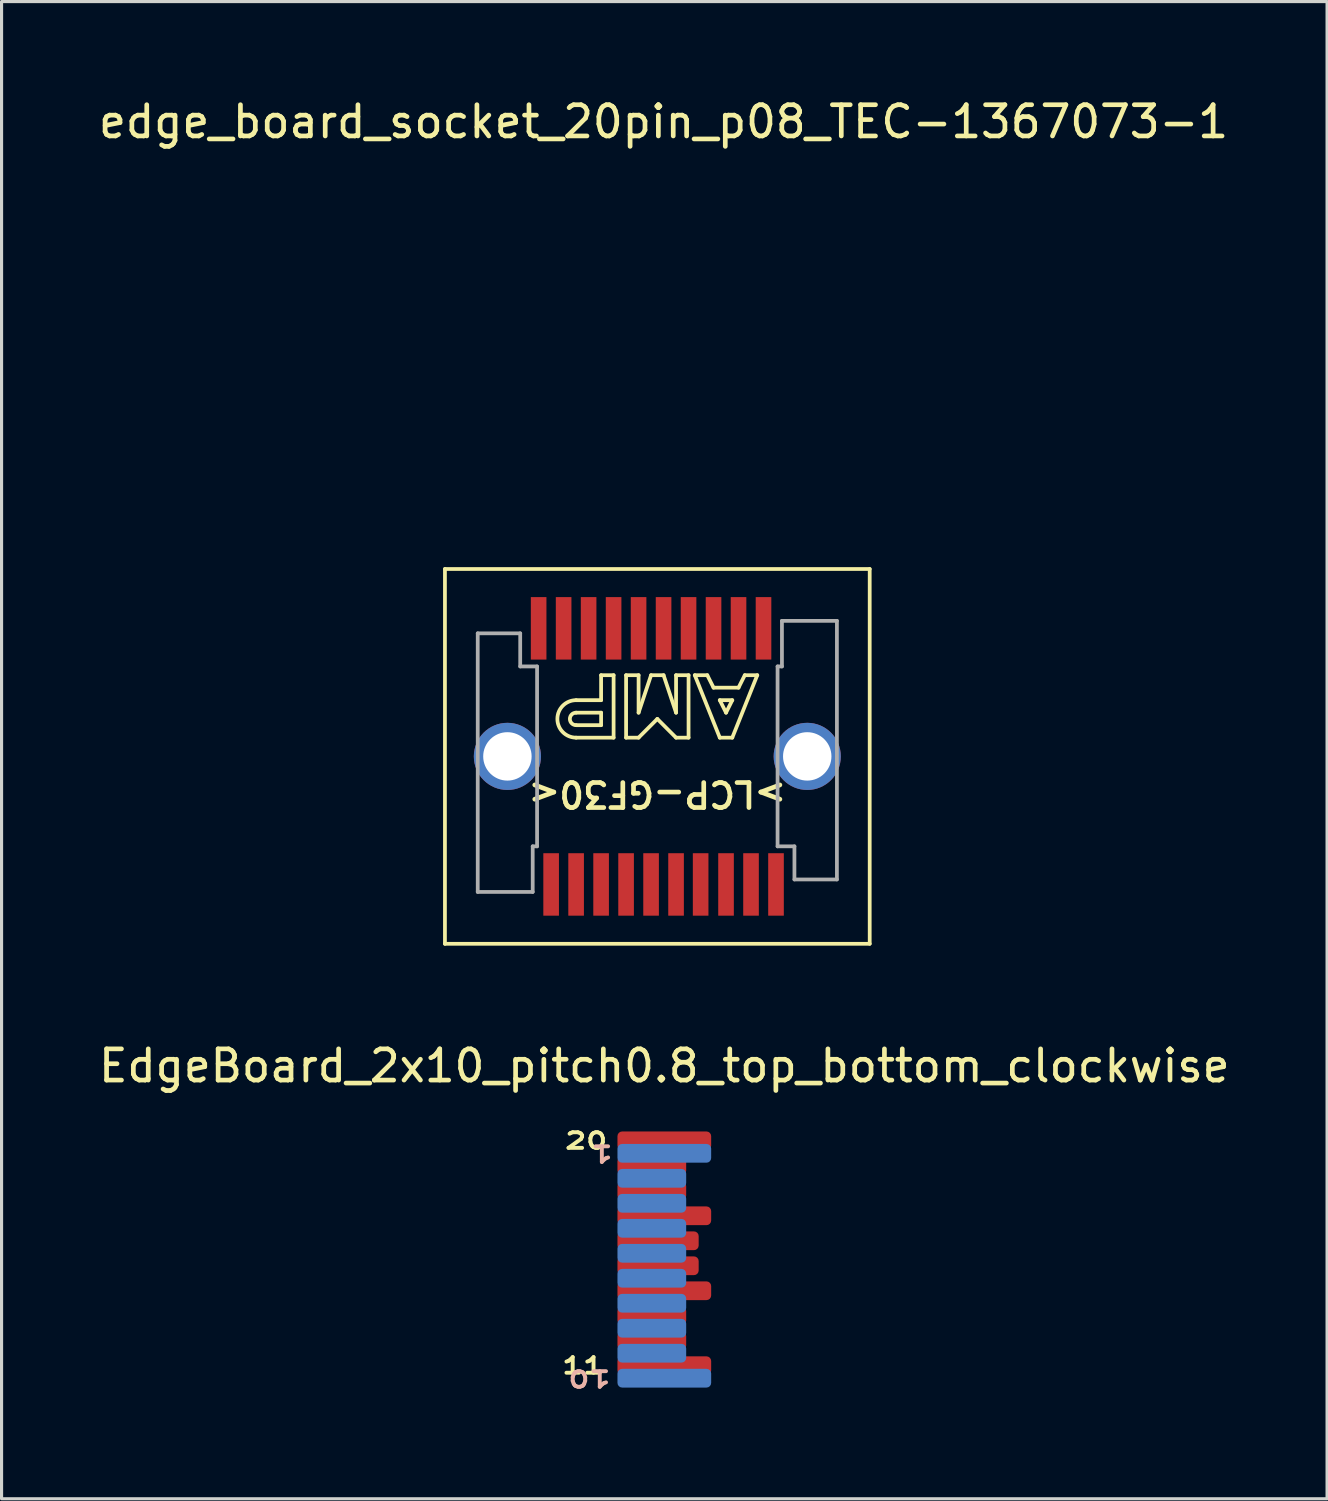
<source format=kicad_pcb>
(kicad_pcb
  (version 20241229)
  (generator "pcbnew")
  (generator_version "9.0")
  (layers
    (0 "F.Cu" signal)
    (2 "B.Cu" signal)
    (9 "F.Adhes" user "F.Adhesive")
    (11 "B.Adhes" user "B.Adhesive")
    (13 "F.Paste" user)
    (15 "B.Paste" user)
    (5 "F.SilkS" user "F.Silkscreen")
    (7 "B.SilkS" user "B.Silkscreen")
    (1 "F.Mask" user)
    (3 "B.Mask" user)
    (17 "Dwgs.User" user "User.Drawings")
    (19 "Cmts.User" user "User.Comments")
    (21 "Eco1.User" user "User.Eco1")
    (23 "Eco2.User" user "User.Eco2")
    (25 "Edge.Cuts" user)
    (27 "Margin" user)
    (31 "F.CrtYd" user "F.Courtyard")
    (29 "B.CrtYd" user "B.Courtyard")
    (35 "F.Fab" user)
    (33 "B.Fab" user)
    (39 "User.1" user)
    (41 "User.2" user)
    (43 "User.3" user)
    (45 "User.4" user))
  (footprint "EdgeBoard_2x10_pitch0.8_top_bottom_clockwise"
    (layer "F.Cu")
    (at 18.22 41.077)
    (property "Reference" "EdgeBoard_2x10_pitch0.8_top_bottom_clockwise" (at 0 -10 180) (layer "F.SilkS") (effects (font (size 1 1) (thickness 0.15))))
    (attr through_hole)
    (fp_line (start -1.75 -8) (end -1.75 0.5) (stroke (width 0.12) (type solid)) (layer "Eco1.User"))
    (fp_line (start -1.75 0.5) (end 1.75 0.5) (stroke (width 0.12) (type solid)) (layer "Eco1.User"))
    (fp_line (start 1.75 -8) (end -1.75 -8) (stroke (width 0.12) (type solid)) (layer "Eco1.User"))
    (fp_line (start 1.75 0.5) (end 1.75 -8) (stroke (width 0.12) (type solid)) (layer "Eco1.User"))
    (fp_line (start -4.4 -8.4) (end -4.4 0.8) (stroke (width 0.12) (type solid)) (layer "Eco2.User"))
    (fp_line (start -4.4 0.8) (end 2 0.8) (stroke (width 0.12) (type solid)) (layer "Eco2.User"))
    (fp_line (start 2 -8.4) (end -4.4 -8.4) (stroke (width 0.12) (type solid)) (layer "Eco2.User"))
    (fp_line (start 2 0.8) (end 2 -8.4) (stroke (width 0.12) (type solid)) (layer "Eco2.User"))
    (fp_text user "20" (at -2.5 -7.6 0) (layer "F.SilkS") (effects (font (size 0.5 0.7) (thickness 0.125))))
    (fp_text user "11" (at -2.6 -0.4 0) (layer "F.SilkS") (effects (font (size 0.5 0.7) (thickness 0.125))))
    (fp_text user "1" (at -2 -7.2 180) (unlocked yes) (layer "B.SilkS") (effects (font (size 0.5 0.7) (thickness 0.125))))
    (fp_text user "10" (at -2.4 0 180) (unlocked yes) (layer "B.SilkS") (effects (font (size 0.5 0.7) (thickness 0.125))))
    (pad "1" smd roundrect (at 0 -7.2 180) (size 3 0.6) (layers "B.Cu" "B.Mask" "B.Paste") (roundrect_rratio 0.25))
    (pad "2" smd roundrect (at 0 -6.4 180) (size 2.2 0.6) (drill (offset 0.4 0)) (layers "B.Cu" "B.Mask" "B.Paste") (roundrect_rratio 0.25))
    (pad "3" smd roundrect (at 0 -5.6 180) (size 2.2 0.6) (drill (offset 0.4 0)) (layers "B.Cu" "B.Mask" "B.Paste") (roundrect_rratio 0.25))
    (pad "4" smd roundrect (at 0 -4.8 180) (size 2.2 0.6) (drill (offset 0.4 0)) (layers "B.Cu" "B.Mask" "B.Paste") (roundrect_rratio 0.25))
    (pad "5" smd roundrect (at 0 -4 180) (size 2.2 0.6) (drill (offset 0.4 0)) (layers "B.Cu" "B.Mask" "B.Paste") (roundrect_rratio 0.25))
    (pad "6" smd roundrect (at 0 -3.2 180) (size 2.2 0.6) (drill (offset 0.4 0)) (layers "B.Cu" "B.Mask" "B.Paste") (roundrect_rratio 0.25))
    (pad "7" smd roundrect (at 0 -2.4 180) (size 2.2 0.6) (drill (offset 0.4 0)) (layers "B.Cu" "B.Mask" "B.Paste") (roundrect_rratio 0.25))
    (pad "8" smd roundrect (at 0 -1.6 180) (size 2.2 0.6) (drill (offset 0.4 0)) (layers "B.Cu" "B.Mask" "B.Paste") (roundrect_rratio 0.25))
    (pad "9" smd roundrect (at 0 -0.8 180) (size 2.2 0.6) (drill (offset 0.4 0)) (layers "B.Cu" "B.Mask" "B.Paste") (roundrect_rratio 0.25))
    (pad "10" smd roundrect (at 0 0 180) (size 3 0.6) (layers "B.Cu" "B.Mask" "B.Paste") (roundrect_rratio 0.25))
    (pad "11" smd roundrect (at 0 -0.4 180) (size 3 0.6) (layers "F.Cu" "F.Mask" "F.Paste") (roundrect_rratio 0.25))
    (pad "12" smd roundrect (at 0 -1.2 180) (size 2.2 0.6) (drill (offset 0.4 0)) (layers "F.Cu" "F.Mask" "F.Paste") (roundrect_rratio 0.25))
    (pad "13" smd roundrect (at 0 -2 180) (size 2.2 0.6) (drill (offset 0.4 0)) (layers "F.Cu" "F.Mask" "F.Paste") (roundrect_rratio 0.25))
    (pad "14" smd roundrect (at 0 -2.8 180) (size 3 0.6) (layers "F.Cu" "F.Mask" "F.Paste") (roundrect_rratio 0.25))
    (pad "15" smd roundrect (at 0 -3.6 180) (size 2.6 0.6) (drill (offset 0.2 0)) (layers "F.Cu" "F.Mask" "F.Paste") (roundrect_rratio 0.25))
    (pad "16" smd roundrect (at 0 -4.4 180) (size 2.6 0.6) (drill (offset 0.2 0)) (layers "F.Cu" "F.Mask" "F.Paste") (roundrect_rratio 0.25))
    (pad "17" smd roundrect (at 0 -5.2 180) (size 3 0.6) (layers "F.Cu" "F.Mask" "F.Paste") (roundrect_rratio 0.25))
    (pad "18" smd roundrect (at 0 -6 180) (size 2.2 0.6) (drill (offset 0.4 0)) (layers "F.Cu" "F.Mask" "F.Paste") (roundrect_rratio 0.25))
    (pad "19" smd roundrect (at 0 -6.8 180) (size 2.2 0.6) (drill (offset 0.4 0)) (layers "F.Cu" "F.Mask" "F.Paste") (roundrect_rratio 0.25))
    (pad "20" smd roundrect (at 0 -7.6 180) (size 3 0.6) (layers "F.Cu" "F.Mask" "F.Paste") (roundrect_rratio 0.25)))
  (footprint "edge_board_socket_20pin_p08_TEC-1367073-1"
    (layer "F.Cu")
    (at 18.196 21.168)
    (property "Reference" "edge_board_socket_20pin_p08_TEC-1367073-1" (at 0 -20.32 0) (layer "F.SilkS") (effects (font (size 1 1) (thickness 0.15))))
    (attr through_hole)
    (fp_line (start -7 -6) (end 6.6 -6) (stroke (width 0.12) (type solid)) (layer "F.SilkS"))
    (fp_line (start -7 6) (end -7 -6) (stroke (width 0.12) (type solid)) (layer "F.SilkS"))
    (fp_line (start -7 6) (end 6.6 6) (stroke (width 0.12) (type solid)) (layer "F.SilkS"))
    (fp_line (start -2.8 -1.8) (end -2 -1.8) (stroke (width 0.12) (type solid)) (layer "F.SilkS"))
    (fp_line (start -2 -2.6) (end -1.6 -2.6) (stroke (width 0.12) (type solid)) (layer "F.SilkS"))
    (fp_line (start -2 -1.8) (end -2 -2.6) (stroke (width 0.12) (type solid)) (layer "F.SilkS"))
    (fp_line (start -2 -1.4) (end -2.8 -1.4) (stroke (width 0.12) (type solid)) (layer "F.SilkS"))
    (fp_line (start -2 -1.4) (end -2 -1) (stroke (width 0.12) (type solid)) (layer "F.SilkS"))
    (fp_line (start -2 -1) (end -2.8 -1) (stroke (width 0.12) (type solid)) (layer "F.SilkS"))
    (fp_line (start -1.6 -2.6) (end -1.6 -0.6) (stroke (width 0.12) (type solid)) (layer "F.SilkS"))
    (fp_line (start -1.6 -0.6) (end -2.8 -0.6) (stroke (width 0.12) (type solid)) (layer "F.SilkS"))
    (fp_line (start -1.2 -2.6) (end -0.8 -2.6) (stroke (width 0.12) (type solid)) (layer "F.SilkS"))
    (fp_line (start -1.2 -0.6) (end -1.2 -2.6) (stroke (width 0.12) (type solid)) (layer "F.SilkS"))
    (fp_line (start -0.8 -2.6) (end -0.8 -1.4) (stroke (width 0.12) (type solid)) (layer "F.SilkS"))
    (fp_line (start -0.8 -1.4) (end -0.4 -2.6) (stroke (width 0.12) (type solid)) (layer "F.SilkS"))
    (fp_line (start -0.8 -0.6) (end -1.2 -0.6) (stroke (width 0.12) (type solid)) (layer "F.SilkS"))
    (fp_line (start -0.4 -2.6) (end 0 -2.6) (stroke (width 0.12) (type solid)) (layer "F.SilkS"))
    (fp_line (start -0.2 -1.2) (end -0.8 -0.6) (stroke (width 0.12) (type solid)) (layer "F.SilkS"))
    (fp_line (start 0 -2.6) (end 0.4 -1.4) (stroke (width 0.12) (type solid)) (layer "F.SilkS"))
    (fp_line (start 0.4 -2.6) (end 0.8 -2.6) (stroke (width 0.12) (type solid)) (layer "F.SilkS"))
    (fp_line (start 0.4 -1.4) (end 0.4 -2.6) (stroke (width 0.12) (type solid)) (layer "F.SilkS"))
    (fp_line (start 0.4 -0.6) (end -0.2 -1.2) (stroke (width 0.12) (type solid)) (layer "F.SilkS"))
    (fp_line (start 0.8 -2.6) (end 0.8 -0.6) (stroke (width 0.12) (type solid)) (layer "F.SilkS"))
    (fp_line (start 0.8 -0.6) (end 0.4 -0.6) (stroke (width 0.12) (type solid)) (layer "F.SilkS"))
    (fp_line (start 1 -2.6) (end 1.8 -0.6) (stroke (width 0.12) (type solid)) (layer "F.SilkS"))
    (fp_line (start 1.4 -2.6) (end 1 -2.6) (stroke (width 0.12) (type solid)) (layer "F.SilkS"))
    (fp_line (start 1.6 -2.2) (end 1.4 -2.6) (stroke (width 0.12) (type solid)) (layer "F.SilkS"))
    (fp_line (start 1.8 -1.8) (end 2.2 -1.8) (stroke (width 0.12) (type solid)) (layer "F.SilkS"))
    (fp_line (start 1.8 -0.6) (end 2.2 -0.6) (stroke (width 0.12) (type solid)) (layer "F.SilkS"))
    (fp_line (start 2 -1.4) (end 1.8 -1.8) (stroke (width 0.12) (type solid)) (layer "F.SilkS"))
    (fp_line (start 2.2 -1.8) (end 2 -1.4) (stroke (width 0.12) (type solid)) (layer "F.SilkS"))
    (fp_line (start 2.2 -0.6) (end 3 -2.6) (stroke (width 0.12) (type solid)) (layer "F.SilkS"))
    (fp_line (start 2.4 -2.2) (end 1.6 -2.2) (stroke (width 0.12) (type solid)) (layer "F.SilkS"))
    (fp_line (start 2.6 -2.6) (end 2.4 -2.2) (stroke (width 0.12) (type solid)) (layer "F.SilkS"))
    (fp_line (start 3 -2.6) (end 2.6 -2.6) (stroke (width 0.12) (type solid)) (layer "F.SilkS"))
    (fp_line (start 6.6 -6) (end 6.6 6) (stroke (width 0.12) (type solid)) (layer "F.SilkS"))
    (fp_arc (start -2.8 -1) (mid -3 -1.2) (end -2.8 -1.4) (stroke (width 0.12) (type solid)) (layer "F.SilkS"))
    (fp_arc (start -2.8 -0.6) (mid -3.4 -1.2) (end -2.8 -1.8) (stroke (width 0.12) (type solid)) (layer "F.SilkS"))
    (fp_line (start -5.95 -3.94) (end -5.95 4.34) (stroke (width 0.12) (type solid)) (layer "F.Fab"))
    (fp_line (start -5.95 -3.94) (end -4.59 -3.94) (stroke (width 0.12) (type solid)) (layer "F.Fab"))
    (fp_line (start -5.95 4.34) (end -4.19 4.34) (stroke (width 0.12) (type solid)) (layer "F.Fab"))
    (fp_line (start -4.59 -2.88) (end -4.59 -3.94) (stroke (width 0.12) (type solid)) (layer "F.Fab"))
    (fp_line (start -4.19 2.88) (end -4.19 4.34) (stroke (width 0.12) (type solid)) (layer "F.Fab"))
    (fp_line (start -4.19 2.88) (end -4.05 2.88) (stroke (width 0.12) (type solid)) (layer "F.Fab"))
    (fp_line (start -4.05 -2.88) (end -4.59 -2.88) (stroke (width 0.12) (type solid)) (layer "F.Fab"))
    (fp_line (start -4.05 -2.88) (end -4.05 2.88) (stroke (width 0.12) (type solid)) (layer "F.Fab"))
    (fp_line (start 3.65 2.88) (end 3.65 -2.88) (stroke (width 0.12) (type solid)) (layer "F.Fab"))
    (fp_line (start 3.65 2.88) (end 4.19 2.88) (stroke (width 0.12) (type solid)) (layer "F.Fab"))
    (fp_line (start 3.79 -2.88) (end 3.65 -2.88) (stroke (width 0.12) (type solid)) (layer "F.Fab"))
    (fp_line (start 3.79 -2.88) (end 3.79 -4.34) (stroke (width 0.12) (type solid)) (layer "F.Fab"))
    (fp_line (start 4.19 2.88) (end 4.19 3.94) (stroke (width 0.12) (type solid)) (layer "F.Fab"))
    (fp_line (start 5.55 -4.34) (end 3.79 -4.34) (stroke (width 0.12) (type solid)) (layer "F.Fab"))
    (fp_line (start 5.55 3.94) (end 4.19 3.94) (stroke (width 0.12) (type solid)) (layer "F.Fab"))
    (fp_line (start 5.55 3.94) (end 5.55 -4.34) (stroke (width 0.12) (type solid)) (layer "F.Fab"))
    (fp_text user ">LCP-GF30<" (at -0.2 1.2 180) (unlocked yes) (layer "F.SilkS") (effects (font (size 0.8 0.8) (thickness 0.15))))
    (pad "" thru_hole circle (at -5 0) (size 2.15 2.15) (drill 1.55) (layers "*.Cu" "*.Mask"))
    (pad "" thru_hole circle (at 4.6 0) (size 2.15 2.15) (drill 1.55) (layers "*.Cu" "*.Mask"))
    (pad "1" smd rect (at -3.6 4.1) (size 0.5 2) (layers "F.Cu" "F.Mask" "F.Paste"))
    (pad "2" smd rect (at -2.8 4.1) (size 0.5 2) (layers "F.Cu" "F.Mask" "F.Paste"))
    (pad "3" smd rect (at -2 4.1) (size 0.5 2) (layers "F.Cu" "F.Mask" "F.Paste"))
    (pad "4" smd rect (at -1.2 4.1) (size 0.5 2) (layers "F.Cu" "F.Mask" "F.Paste"))
    (pad "5" smd rect (at -0.4 4.1) (size 0.5 2) (layers "F.Cu" "F.Mask" "F.Paste"))
    (pad "6" smd rect (at 0.4 4.1) (size 0.5 2) (layers "F.Cu" "F.Mask" "F.Paste"))
    (pad "7" smd rect (at 1.187 4.1) (size 0.5 2) (layers "F.Cu" "F.Mask" "F.Paste"))
    (pad "8" smd rect (at 2 4.1) (size 0.5 2) (layers "F.Cu" "F.Mask" "F.Paste"))
    (pad "9" smd rect (at 2.8 4.1) (size 0.5 2) (layers "F.Cu" "F.Mask" "F.Paste"))
    (pad "10" smd rect (at 3.6 4.1) (size 0.5 2) (layers "F.Cu" "F.Mask" "F.Paste"))
    (pad "11" smd rect (at 3.2 -4.1 180) (size 0.5 2) (layers "F.Cu" "F.Mask" "F.Paste"))
    (pad "12" smd rect (at 2.4 -4.1 180) (size 0.5 2) (layers "F.Cu" "F.Mask" "F.Paste"))
    (pad "13" smd rect (at 1.6 -4.1 180) (size 0.5 2) (layers "F.Cu" "F.Mask" "F.Paste"))
    (pad "14" smd rect (at 0.8 -4.1 180) (size 0.5 2) (layers "F.Cu" "F.Mask" "F.Paste"))
    (pad "15" smd rect (at 0 -4.1 180) (size 0.5 2) (layers "F.Cu" "F.Mask" "F.Paste"))
    (pad "16" smd rect (at -0.8 -4.1 180) (size 0.5 2) (layers "F.Cu" "F.Mask" "F.Paste"))
    (pad "17" smd rect (at -1.6 -4.1 180) (size 0.5 2) (layers "F.Cu" "F.Mask" "F.Paste"))
    (pad "18" smd rect (at -2.4 -4.1 180) (size 0.5 2) (layers "F.Cu" "F.Mask" "F.Paste"))
    (pad "19" smd rect (at -3.2 -4.1 180) (size 0.5 2) (layers "F.Cu" "F.Mask" "F.Paste"))
    (pad "20" smd rect (at -4 -4.1 180) (size 0.5 2) (layers "F.Cu" "F.Mask" "F.Paste")))
  (gr_rect
    (start -3 -3)
    (end 39.44 44.937)
    (stroke (width 0.1) (type default))
    (fill no)
    (layer "Edge.Cuts")))
</source>
